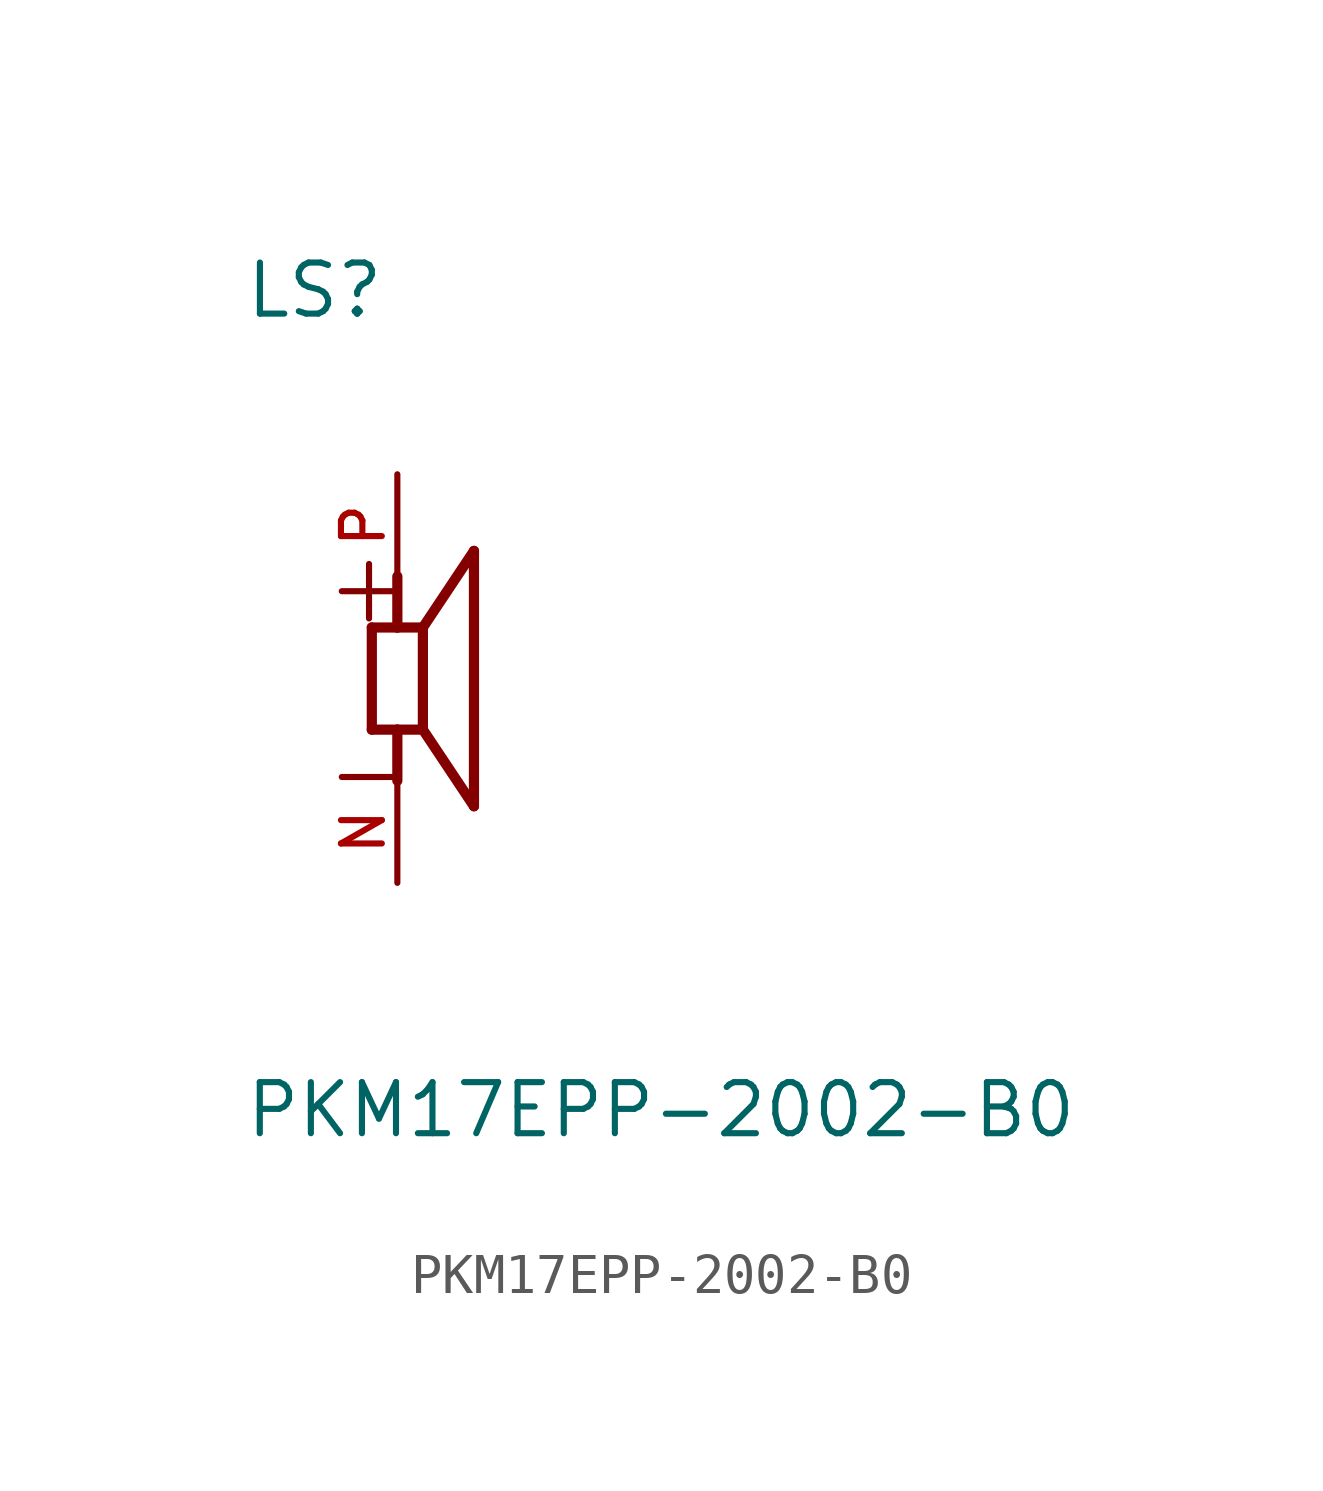
<source format=kicad_sym>
(kicad_symbol_lib
  (version 20211014)
  (generator kicad_symbol_editor)
  (symbol "PKM17EPP-2002-B0"
    (pin_names
      (offset 1.016))
    (property "Reference" "LS"
      (at -3.82 8.913 0)
      (effects (font (size 1.27 1.27)) (justify bottom left)))
    (property "Value" "PKM17EPP-2002-B0"
      (at -3.823 -11.469 0)
      (effects (font (size 1.27 1.27)) (justify bottom left)))
    (symbol "PKM17EPP-2002-B0_0_0"
      (polyline (pts (xy -0.635 1.27) (xy 0.0 1.27)) (stroke (width 0.254)))
      (polyline (pts (xy 0.0 1.27) (xy 0.635 1.27)) (stroke (width 0.254)))
      (polyline (pts (xy 0.635 1.27) (xy 0.635 -1.27)) (stroke (width 0.254)))
      (polyline (pts (xy 0.635 -1.27) (xy 0.0 -1.27)) (stroke (width 0.254)))
      (polyline (pts (xy 0.0 -1.27) (xy -0.635 -1.27)) (stroke (width 0.254)))
      (polyline (pts (xy -0.635 -1.27) (xy -0.635 1.27)) (stroke (width 0.254)))
      (polyline (pts (xy 0.635 1.27) (xy 1.905 3.175)) (stroke (width 0.254)))
      (polyline (pts (xy 1.905 3.175) (xy 1.905 -3.175)) (stroke (width 0.254)))
      (polyline (pts (xy 1.905 -3.175) (xy 0.635 -1.27)) (stroke (width 0.254)))
      (polyline (pts (xy 0.0 1.27) (xy 0.0 2.54)) (stroke (width 0.254)))
      (polyline (pts (xy 0.0 -1.27) (xy 0.0 -2.54)) (stroke (width 0.254)))
      (text "+" (at -1.905 1.27 0) (effects (font (size 1.778 1.778)) (justify bottom left)))
      (text "-" (at -1.905 -1.27 0) (effects (font (size 1.778 1.778)) (justify top left)))
      (pin passive line (at 0.0 5.08 270.0) (length 2.54) (name "~" (effects (font (size 1.016 1.016)))) (number "P" (effects (font (size 1.016 1.016)))))
      (pin passive line (at 0.0 -5.08 90.0) (length 2.54) (name "~" (effects (font (size 1.016 1.016)))) (number "N" (effects (font (size 1.016 1.016))))))))
</source>
